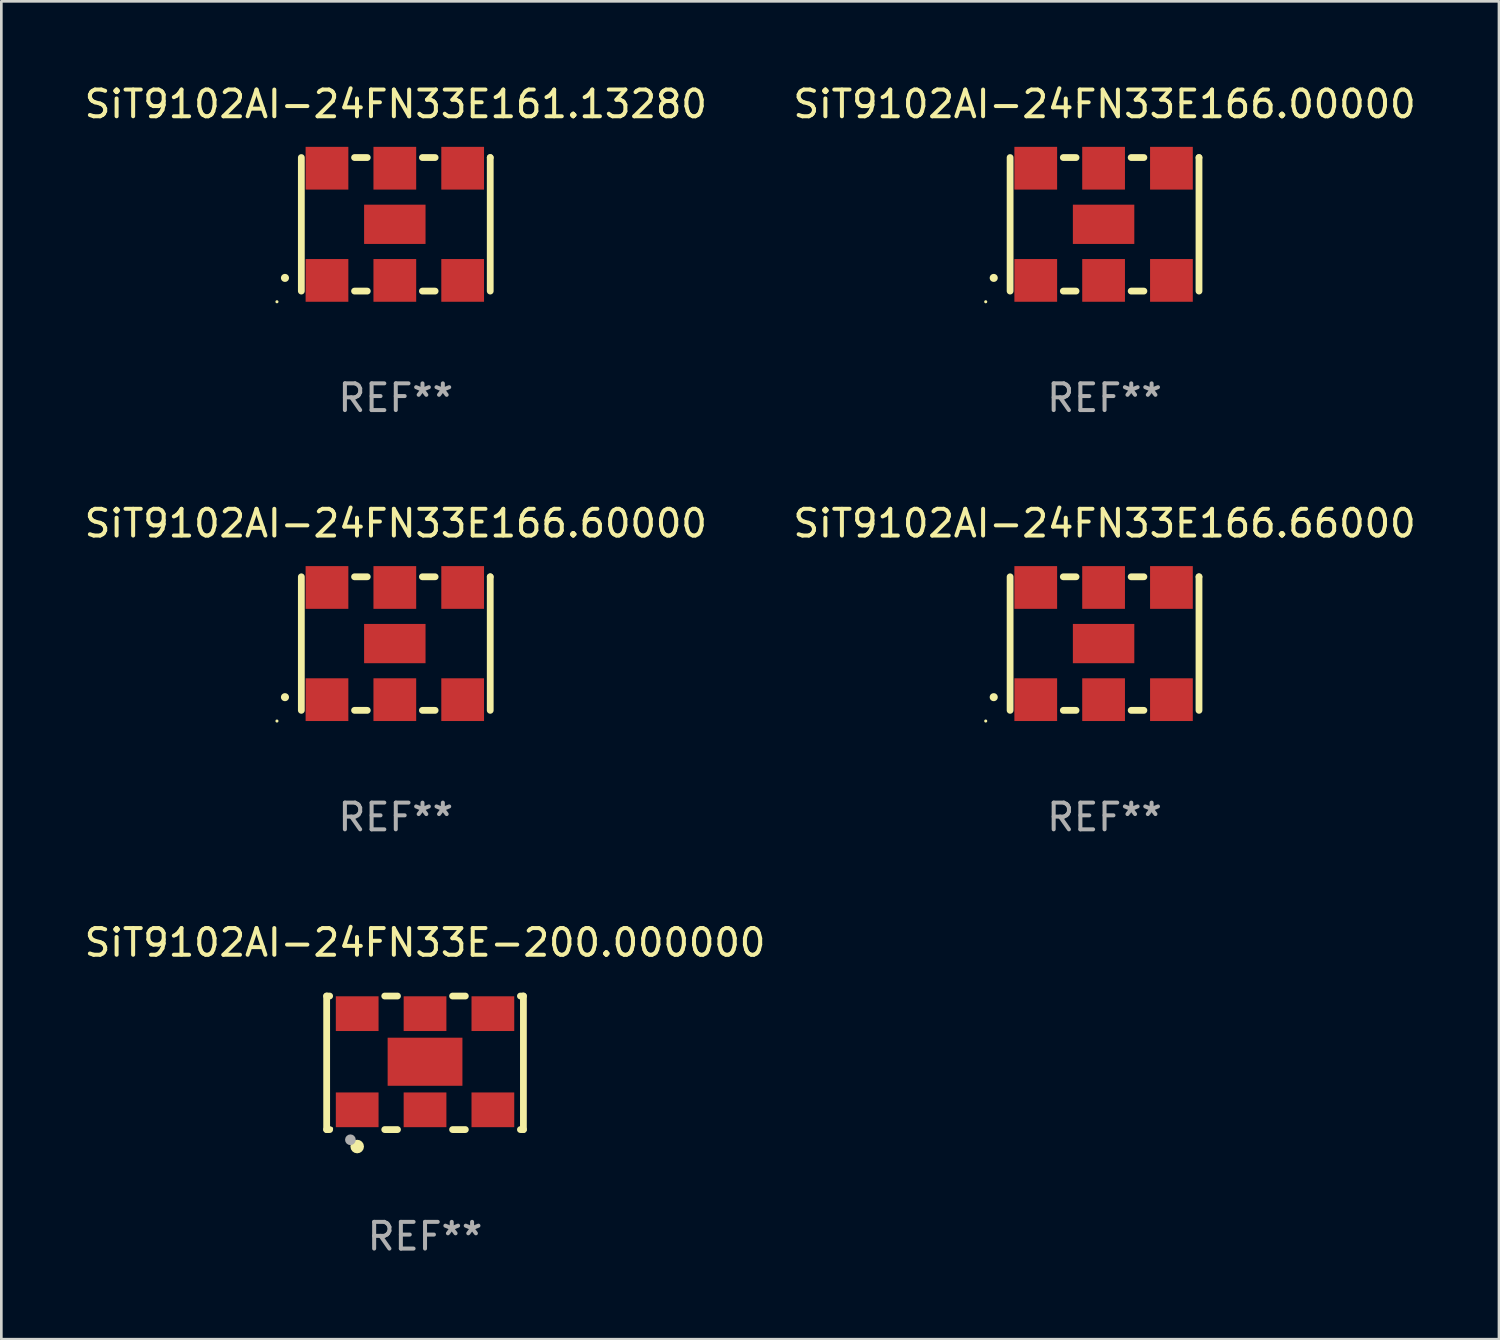
<source format=kicad_pcb>
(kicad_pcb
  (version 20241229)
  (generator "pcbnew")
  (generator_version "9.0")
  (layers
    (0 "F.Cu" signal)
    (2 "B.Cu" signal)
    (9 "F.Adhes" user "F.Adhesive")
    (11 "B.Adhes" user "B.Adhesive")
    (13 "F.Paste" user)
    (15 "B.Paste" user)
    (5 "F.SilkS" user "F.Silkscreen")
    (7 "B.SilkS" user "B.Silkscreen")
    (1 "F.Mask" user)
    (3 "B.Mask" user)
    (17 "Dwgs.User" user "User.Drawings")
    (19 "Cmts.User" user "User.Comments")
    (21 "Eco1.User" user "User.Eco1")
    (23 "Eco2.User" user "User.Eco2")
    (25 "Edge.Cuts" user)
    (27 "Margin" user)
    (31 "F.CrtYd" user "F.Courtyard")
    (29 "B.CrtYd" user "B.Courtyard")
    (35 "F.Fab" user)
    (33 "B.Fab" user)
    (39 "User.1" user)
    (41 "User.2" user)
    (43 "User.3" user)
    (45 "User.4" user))
  (footprint "SiT9102AI-24FN33E166.00000"
    (layer "F.Cu")
    (at 38.304 5.348)
    (property "Reference" "SiT9102AI-24FN33E166.00000" (at 0 -4.5 0) (layer "F.SilkS") (effects (font (size 1 1) (thickness 0.15))))
    (attr through_hole)
    (fp_line (start -3.536 -2.5) (end -3.536 2.5) (stroke (width 0.254) (type solid)) (layer "F.SilkS"))
    (fp_line (start -1.544 2.5) (end -1.067 2.5) (stroke (width 0.254) (type solid)) (layer "F.SilkS"))
    (fp_line (start -1.067 -2.5) (end -1.544 -2.5) (stroke (width 0.254) (type solid)) (layer "F.SilkS"))
    (fp_line (start 0.996 2.5) (end 1.473 2.5) (stroke (width 0.254) (type solid)) (layer "F.SilkS"))
    (fp_line (start 1.473 -2.5) (end 0.996 -2.5) (stroke (width 0.254) (type solid)) (layer "F.SilkS"))
    (fp_line (start 3.536 -2.5) (end 3.536 -2.5) (stroke (width 0.254) (type solid)) (layer "F.SilkS"))
    (fp_line (start 3.536 2.5) (end 3.536 -2.5) (stroke (width 0.254) (type solid)) (layer "F.SilkS"))
    (fp_arc (start -4.150432 2.006604) (mid -4.149162 2.006599) (end -4.147892 2.006604) (stroke (width 0.3) (type solid)) (layer "F.SilkS"))
    (fp_circle (center -4.449 2.9) (end -4.419 2.9) (stroke (width 0.06) (type solid)) (fill no) (layer "F.SilkS"))
    (fp_text user "REF**" (at 0 6.5 0) (layer "F.Fab") (effects (font (size 1 1) (thickness 0.15))))
    (pad "1" smd rect (at -2.576 2.1) (size 1.6 1.6) (layers "F.Cu" "F.Mask" "F.Paste"))
    (pad "2" smd rect (at -0.036 2.1) (size 1.6 1.6) (layers "F.Cu" "F.Mask" "F.Paste"))
    (pad "3" smd rect (at 2.504 2.1) (size 1.6 1.6) (layers "F.Cu" "F.Mask" "F.Paste"))
    (pad "4" smd rect (at 2.504 -2.1) (size 1.6 1.6) (layers "F.Cu" "F.Mask" "F.Paste"))
    (pad "5" smd rect (at -0.036 -2.1) (size 1.6 1.6) (layers "F.Cu" "F.Mask" "F.Paste"))
    (pad "6" smd rect (at -2.576 -2.1) (size 1.6 1.6) (layers "F.Cu" "F.Mask" "F.Paste"))
    (pad "7" smd rect (at -0.036 0) (size 2.3 1.47) (layers "F.Cu" "F.Mask" "F.Paste")))
  (footprint "SiT9102AI-24FN33E-200.000000"
    (layer "F.Cu")
    (at 12.863 36.741)
    (property "Reference" "SiT9102AI-24FN33E-200.000000" (at 0 -4.5 0) (layer "F.SilkS") (effects (font (size 1 1) (thickness 0.15))))
    (attr through_hole)
    (fp_line (start -3.683 -2.5) (end -3.571 -2.5) (stroke (width 0.254) (type solid)) (layer "F.SilkS"))
    (fp_line (start -3.683 2.5) (end -3.683 -2.5) (stroke (width 0.254) (type solid)) (layer "F.SilkS"))
    (fp_line (start -3.683 2.5) (end -3.571 2.5) (stroke (width 0.254) (type solid)) (layer "F.SilkS"))
    (fp_line (start -1.509 -2.5) (end -1.031 -2.5) (stroke (width 0.254) (type solid)) (layer "F.SilkS"))
    (fp_line (start -1.509 2.5) (end -1.031 2.5) (stroke (width 0.254) (type solid)) (layer "F.SilkS"))
    (fp_line (start 1.031 -2.5) (end 1.509 -2.5) (stroke (width 0.254) (type solid)) (layer "F.SilkS"))
    (fp_line (start 1.031 2.5) (end 1.509 2.5) (stroke (width 0.254) (type solid)) (layer "F.SilkS"))
    (fp_line (start 3.571 -2.5) (end 3.683 -2.5) (stroke (width 0.254) (type solid)) (layer "F.SilkS"))
    (fp_line (start 3.571 2.5) (end 3.683 2.5) (stroke (width 0.254) (type solid)) (layer "F.SilkS"))
    (fp_line (start 3.683 2.5) (end 3.683 -2.5) (stroke (width 0.254) (type solid)) (layer "F.SilkS"))
    (fp_circle (center -3.5 2.46) (end -3.47 2.46) (stroke (width 0.06) (type solid)) (fill no) (layer "F.SilkS"))
    (fp_circle (center -2.54 3.135) (end -2.413 3.135) (stroke (width 0.254) (type solid)) (fill no) (layer "F.SilkS"))
    (fp_circle (center -2.794 2.881) (end -2.694 2.881) (stroke (width 0.2) (type solid)) (fill no) (layer "F.Fab"))
    (fp_text user "REF**" (at 0 6.5 0) (layer "F.Fab") (effects (font (size 1 1) (thickness 0.15))))
    (pad "1" smd rect (at -2.54 1.76) (size 1.6 1.3) (layers "F.Cu" "F.Mask" "F.Paste"))
    (pad "2" smd rect (at 0 1.76) (size 1.6 1.3) (layers "F.Cu" "F.Mask" "F.Paste"))
    (pad "3" smd rect (at 2.54 1.76) (size 1.6 1.3) (layers "F.Cu" "F.Mask" "F.Paste"))
    (pad "4" smd rect (at 2.54 -1.84) (size 1.6 1.3) (layers "F.Cu" "F.Mask" "F.Paste"))
    (pad "5" smd rect (at 0 -1.84) (size 1.6 1.3) (layers "F.Cu" "F.Mask" "F.Paste"))
    (pad "6" smd rect (at -2.54 -1.84) (size 1.6 1.3) (layers "F.Cu" "F.Mask" "F.Paste"))
    (pad "7" smd rect (at 0 -0.04) (size 2.8 1.8) (layers "F.Cu" "F.Mask" "F.Paste")))
  (footprint "SiT9102AI-24FN33E166.60000"
    (layer "F.Cu")
    (at 11.768 21.045)
    (property "Reference" "SiT9102AI-24FN33E166.60000" (at 0 -4.5 0) (layer "F.SilkS") (effects (font (size 1 1) (thickness 0.15))))
    (attr through_hole)
    (fp_line (start -3.536 -2.5) (end -3.536 2.5) (stroke (width 0.254) (type solid)) (layer "F.SilkS"))
    (fp_line (start -1.544 2.5) (end -1.067 2.5) (stroke (width 0.254) (type solid)) (layer "F.SilkS"))
    (fp_line (start -1.067 -2.5) (end -1.544 -2.5) (stroke (width 0.254) (type solid)) (layer "F.SilkS"))
    (fp_line (start 0.996 2.5) (end 1.473 2.5) (stroke (width 0.254) (type solid)) (layer "F.SilkS"))
    (fp_line (start 1.473 -2.5) (end 0.996 -2.5) (stroke (width 0.254) (type solid)) (layer "F.SilkS"))
    (fp_line (start 3.536 -2.5) (end 3.536 -2.5) (stroke (width 0.254) (type solid)) (layer "F.SilkS"))
    (fp_line (start 3.536 2.5) (end 3.536 -2.5) (stroke (width 0.254) (type solid)) (layer "F.SilkS"))
    (fp_arc (start -4.150432 2.006604) (mid -4.149162 2.006599) (end -4.147892 2.006604) (stroke (width 0.3) (type solid)) (layer "F.SilkS"))
    (fp_circle (center -4.449 2.9) (end -4.419 2.9) (stroke (width 0.06) (type solid)) (fill no) (layer "F.SilkS"))
    (fp_text user "REF**" (at 0 6.5 0) (layer "F.Fab") (effects (font (size 1 1) (thickness 0.15))))
    (pad "1" smd rect (at -2.576 2.1) (size 1.6 1.6) (layers "F.Cu" "F.Mask" "F.Paste"))
    (pad "2" smd rect (at -0.036 2.1) (size 1.6 1.6) (layers "F.Cu" "F.Mask" "F.Paste"))
    (pad "3" smd rect (at 2.504 2.1) (size 1.6 1.6) (layers "F.Cu" "F.Mask" "F.Paste"))
    (pad "4" smd rect (at 2.504 -2.1) (size 1.6 1.6) (layers "F.Cu" "F.Mask" "F.Paste"))
    (pad "5" smd rect (at -0.036 -2.1) (size 1.6 1.6) (layers "F.Cu" "F.Mask" "F.Paste"))
    (pad "6" smd rect (at -2.576 -2.1) (size 1.6 1.6) (layers "F.Cu" "F.Mask" "F.Paste"))
    (pad "7" smd rect (at -0.036 0) (size 2.3 1.47) (layers "F.Cu" "F.Mask" "F.Paste")))
  (footprint "SiT9102AI-24FN33E161.13280"
    (layer "F.Cu")
    (at 11.768 5.348)
    (property "Reference" "SiT9102AI-24FN33E161.13280" (at 0 -4.5 0) (layer "F.SilkS") (effects (font (size 1 1) (thickness 0.15))))
    (attr through_hole)
    (fp_line (start -3.536 -2.5) (end -3.536 2.5) (stroke (width 0.254) (type solid)) (layer "F.SilkS"))
    (fp_line (start -1.544 2.5) (end -1.067 2.5) (stroke (width 0.254) (type solid)) (layer "F.SilkS"))
    (fp_line (start -1.067 -2.5) (end -1.544 -2.5) (stroke (width 0.254) (type solid)) (layer "F.SilkS"))
    (fp_line (start 0.996 2.5) (end 1.473 2.5) (stroke (width 0.254) (type solid)) (layer "F.SilkS"))
    (fp_line (start 1.473 -2.5) (end 0.996 -2.5) (stroke (width 0.254) (type solid)) (layer "F.SilkS"))
    (fp_line (start 3.536 -2.5) (end 3.536 -2.5) (stroke (width 0.254) (type solid)) (layer "F.SilkS"))
    (fp_line (start 3.536 2.5) (end 3.536 -2.5) (stroke (width 0.254) (type solid)) (layer "F.SilkS"))
    (fp_arc (start -4.150432 2.006604) (mid -4.149162 2.006599) (end -4.147892 2.006604) (stroke (width 0.3) (type solid)) (layer "F.SilkS"))
    (fp_circle (center -4.449 2.9) (end -4.419 2.9) (stroke (width 0.06) (type solid)) (fill no) (layer "F.SilkS"))
    (fp_text user "REF**" (at 0 6.5 0) (layer "F.Fab") (effects (font (size 1 1) (thickness 0.15))))
    (pad "1" smd rect (at -2.576 2.1) (size 1.6 1.6) (layers "F.Cu" "F.Mask" "F.Paste"))
    (pad "2" smd rect (at -0.036 2.1) (size 1.6 1.6) (layers "F.Cu" "F.Mask" "F.Paste"))
    (pad "3" smd rect (at 2.504 2.1) (size 1.6 1.6) (layers "F.Cu" "F.Mask" "F.Paste"))
    (pad "4" smd rect (at 2.504 -2.1) (size 1.6 1.6) (layers "F.Cu" "F.Mask" "F.Paste"))
    (pad "5" smd rect (at -0.036 -2.1) (size 1.6 1.6) (layers "F.Cu" "F.Mask" "F.Paste"))
    (pad "6" smd rect (at -2.576 -2.1) (size 1.6 1.6) (layers "F.Cu" "F.Mask" "F.Paste"))
    (pad "7" smd rect (at -0.036 0) (size 2.3 1.47) (layers "F.Cu" "F.Mask" "F.Paste")))
  (footprint "SiT9102AI-24FN33E166.66000"
    (layer "F.Cu")
    (at 38.304 21.045)
    (property "Reference" "SiT9102AI-24FN33E166.66000" (at 0 -4.5 0) (layer "F.SilkS") (effects (font (size 1 1) (thickness 0.15))))
    (attr through_hole)
    (fp_line (start -3.536 -2.5) (end -3.536 2.5) (stroke (width 0.254) (type solid)) (layer "F.SilkS"))
    (fp_line (start -1.544 2.5) (end -1.067 2.5) (stroke (width 0.254) (type solid)) (layer "F.SilkS"))
    (fp_line (start -1.067 -2.5) (end -1.544 -2.5) (stroke (width 0.254) (type solid)) (layer "F.SilkS"))
    (fp_line (start 0.996 2.5) (end 1.473 2.5) (stroke (width 0.254) (type solid)) (layer "F.SilkS"))
    (fp_line (start 1.473 -2.5) (end 0.996 -2.5) (stroke (width 0.254) (type solid)) (layer "F.SilkS"))
    (fp_line (start 3.536 -2.5) (end 3.536 -2.5) (stroke (width 0.254) (type solid)) (layer "F.SilkS"))
    (fp_line (start 3.536 2.5) (end 3.536 -2.5) (stroke (width 0.254) (type solid)) (layer "F.SilkS"))
    (fp_arc (start -4.150432 2.006604) (mid -4.149162 2.006599) (end -4.147892 2.006604) (stroke (width 0.3) (type solid)) (layer "F.SilkS"))
    (fp_circle (center -4.449 2.9) (end -4.419 2.9) (stroke (width 0.06) (type solid)) (fill no) (layer "F.SilkS"))
    (fp_text user "REF**" (at 0 6.5 0) (layer "F.Fab") (effects (font (size 1 1) (thickness 0.15))))
    (pad "1" smd rect (at -2.576 2.1) (size 1.6 1.6) (layers "F.Cu" "F.Mask" "F.Paste"))
    (pad "2" smd rect (at -0.036 2.1) (size 1.6 1.6) (layers "F.Cu" "F.Mask" "F.Paste"))
    (pad "3" smd rect (at 2.504 2.1) (size 1.6 1.6) (layers "F.Cu" "F.Mask" "F.Paste"))
    (pad "4" smd rect (at 2.504 -2.1) (size 1.6 1.6) (layers "F.Cu" "F.Mask" "F.Paste"))
    (pad "5" smd rect (at -0.036 -2.1) (size 1.6 1.6) (layers "F.Cu" "F.Mask" "F.Paste"))
    (pad "6" smd rect (at -2.576 -2.1) (size 1.6 1.6) (layers "F.Cu" "F.Mask" "F.Paste"))
    (pad "7" smd rect (at -0.036 0) (size 2.3 1.47) (layers "F.Cu" "F.Mask" "F.Paste")))
  (gr_rect
    (start -3 -3)
    (end 53.071 47.09)
    (stroke (width 0.1) (type default))
    (fill no)
    (layer "Edge.Cuts")))
</source>
